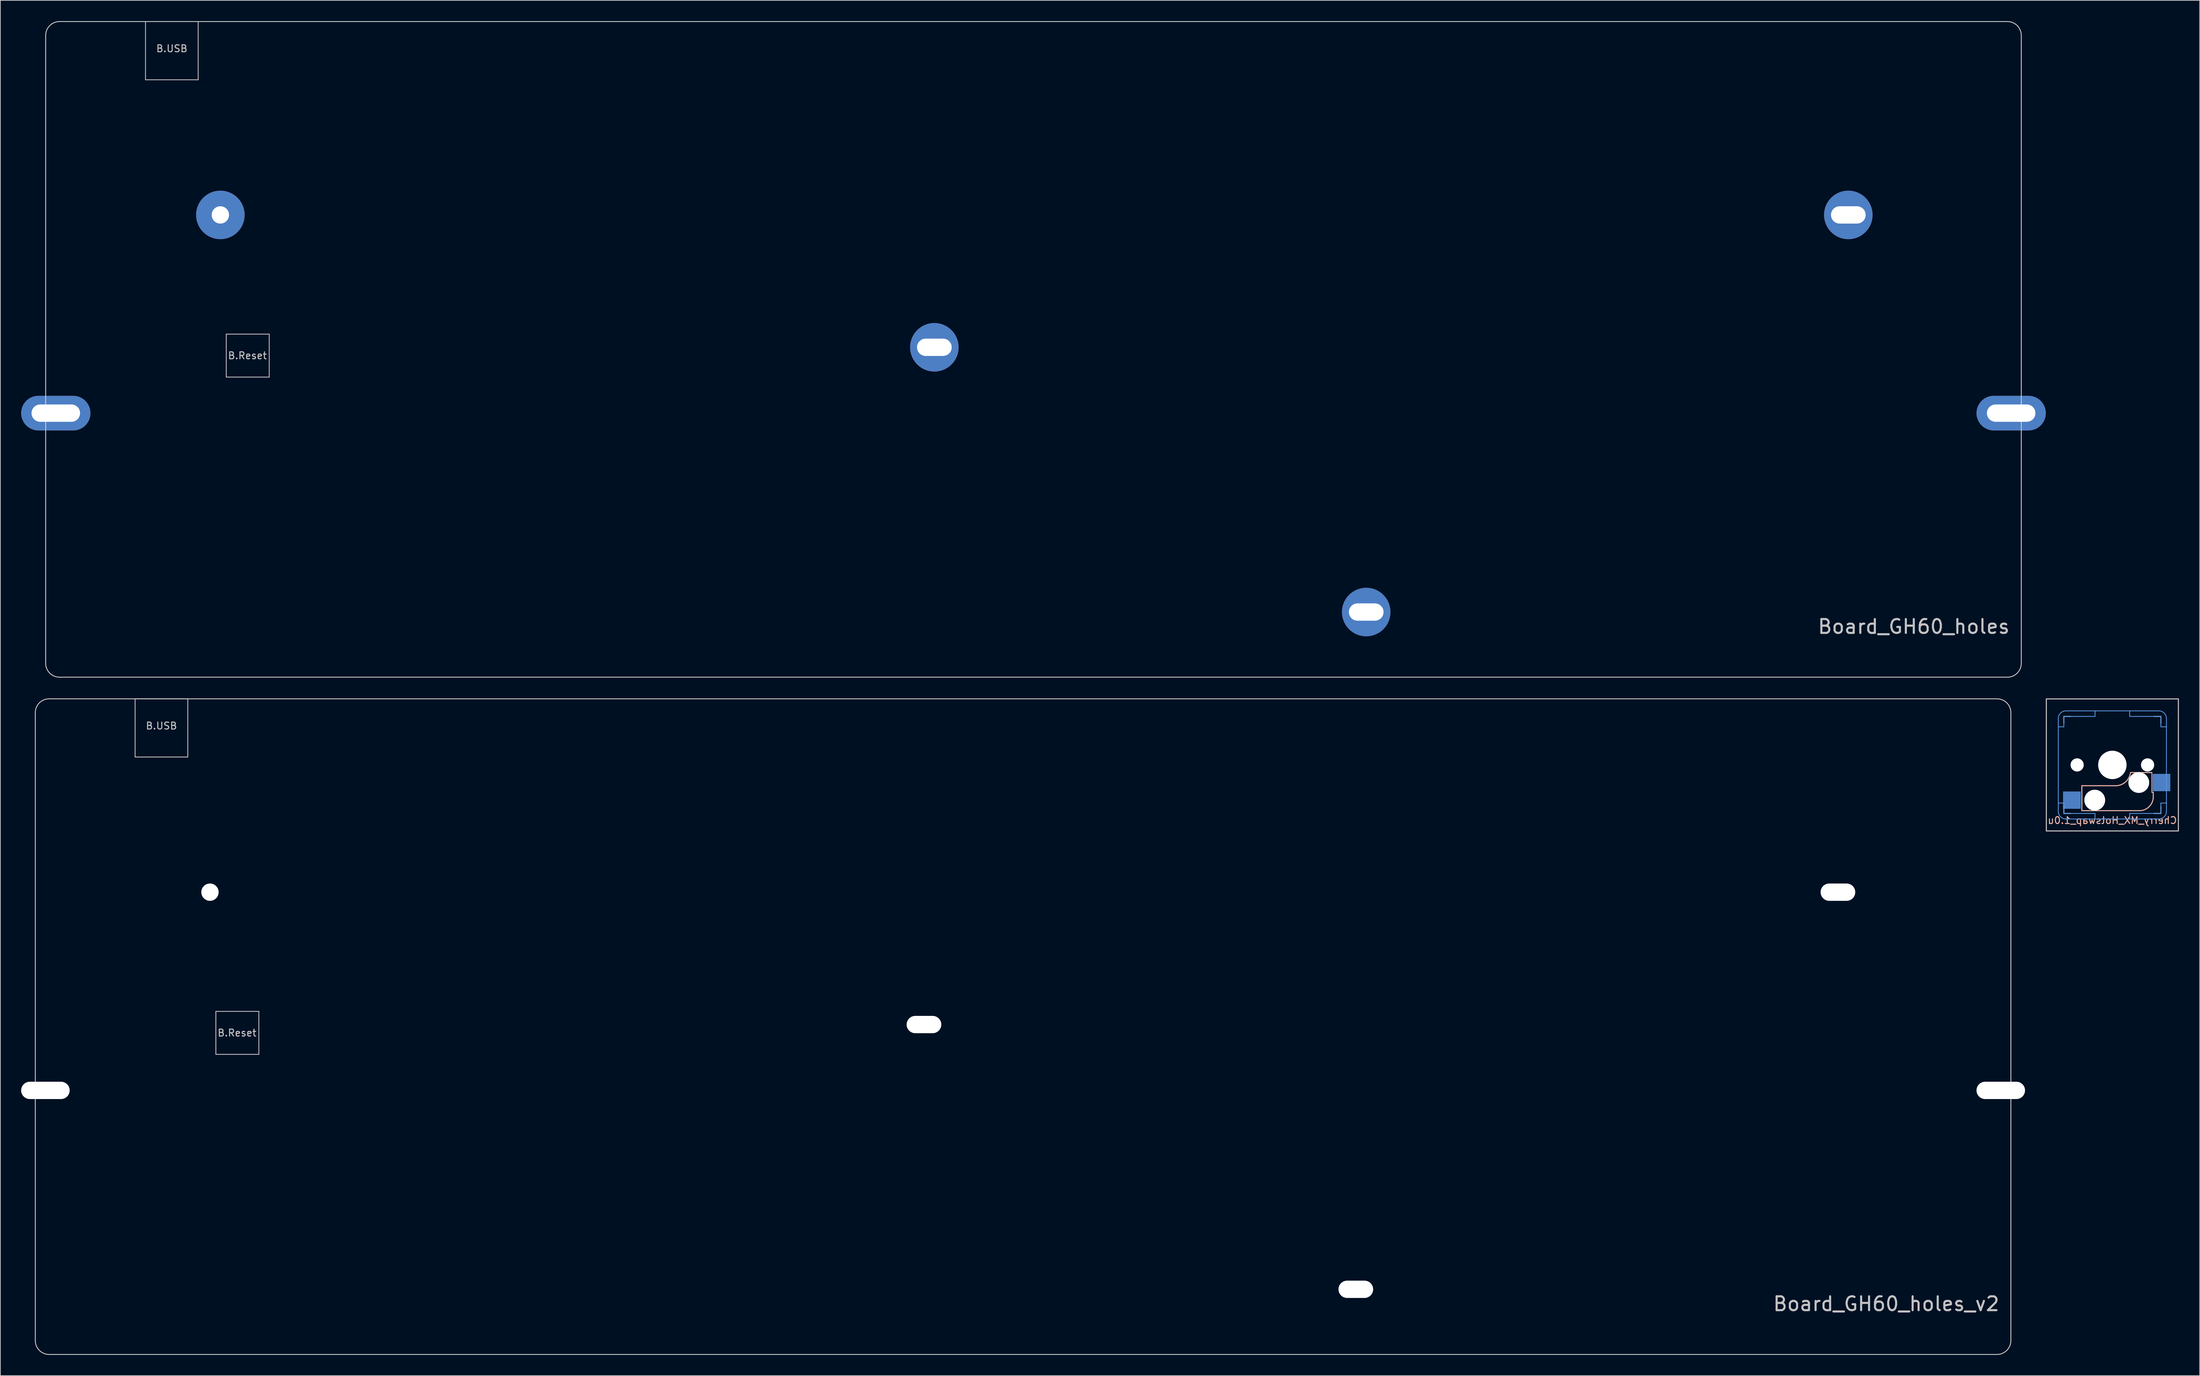
<source format=kicad_pcb>
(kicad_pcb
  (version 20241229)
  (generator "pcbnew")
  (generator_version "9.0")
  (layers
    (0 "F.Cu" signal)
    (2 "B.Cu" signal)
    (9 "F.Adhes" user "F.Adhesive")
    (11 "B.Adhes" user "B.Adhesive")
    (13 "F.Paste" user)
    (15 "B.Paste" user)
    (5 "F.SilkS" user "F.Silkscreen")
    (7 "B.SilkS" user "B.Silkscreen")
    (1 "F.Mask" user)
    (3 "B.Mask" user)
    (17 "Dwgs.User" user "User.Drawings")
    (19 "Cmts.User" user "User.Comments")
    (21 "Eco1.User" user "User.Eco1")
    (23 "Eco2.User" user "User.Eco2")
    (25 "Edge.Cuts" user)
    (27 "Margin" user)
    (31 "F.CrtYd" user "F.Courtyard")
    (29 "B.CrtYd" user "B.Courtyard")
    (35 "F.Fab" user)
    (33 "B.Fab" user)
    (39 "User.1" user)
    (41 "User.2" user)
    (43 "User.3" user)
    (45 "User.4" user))
  (footprint "Cherry_MX_Hotswap_1.0u"
    (layer "F.Cu")
    (at 301.68 107.32)
    (property "Reference" "Cherry_MX_Hotswap_1.0u" (at 0 8 180) (layer "B.SilkS") (effects (font (size 1 1) (thickness 0.15)) (justify mirror)))
    (attr through_hole)
    (fp_line (start -4.4 3) (end -4.4 6.6) (stroke (width 0.15) (type solid)) (layer "B.SilkS"))
    (fp_line (start -4.4 6.6) (end 3.8 6.6) (stroke (width 0.15) (type solid)) (layer "B.SilkS"))
    (fp_line (start 0.4 3) (end -4.4 3) (stroke (width 0.15) (type solid)) (layer "B.SilkS"))
    (fp_line (start 5.7 1.1) (end 2.62 1.1) (stroke (width 0.15) (type solid)) (layer "B.SilkS"))
    (fp_line (start 5.7 3.95) (end 5.7 1.1) (stroke (width 0.12) (type solid)) (layer "B.SilkS"))
    (fp_line (start 5.9 3.95) (end 5.7 3.95) (stroke (width 0.15) (type solid)) (layer "B.SilkS"))
    (fp_line (start 5.9 4.7) (end 5.9 3.95) (stroke (width 0.15) (type solid)) (layer "B.SilkS"))
    (fp_arc (start 2.616318 1.121471) (mid 1.868709 2.486118) (end 0.4 3) (stroke (width 0.15) (type solid)) (layer "B.SilkS"))
    (fp_arc (start 5.9 4.699999) (mid 5.243504 6.084924) (end 3.800001 6.6) (stroke (width 0.15) (type solid)) (layer "B.SilkS"))
    (fp_line (start -9.525 -9.525) (end 9.525 -9.525) (stroke (width 0.15) (type solid)) (layer "Dwgs.User"))
    (fp_line (start -9.525 9.525) (end -9.525 -9.525) (stroke (width 0.15) (type solid)) (layer "Dwgs.User"))
    (fp_line (start -7 -7) (end -7 -6) (stroke (width 0.15) (type solid)) (layer "Dwgs.User"))
    (fp_line (start -7 7) (end -7 6) (stroke (width 0.15) (type solid)) (layer "Dwgs.User"))
    (fp_line (start -7 7) (end -6 7) (stroke (width 0.15) (type solid)) (layer "Dwgs.User"))
    (fp_line (start -6 -7) (end -7 -7) (stroke (width 0.15) (type solid)) (layer "Dwgs.User"))
    (fp_line (start 7 -7) (end 6 -7) (stroke (width 0.15) (type solid)) (layer "Dwgs.User"))
    (fp_line (start 7 -6) (end 7 -7) (stroke (width 0.15) (type solid)) (layer "Dwgs.User"))
    (fp_line (start 7 6) (end 7 7) (stroke (width 0.15) (type solid)) (layer "Dwgs.User"))
    (fp_line (start 7 7) (end 6 7) (stroke (width 0.15) (type solid)) (layer "Dwgs.User"))
    (fp_line (start 9.525 -9.525) (end 9.525 9.525) (stroke (width 0.15) (type solid)) (layer "Dwgs.User"))
    (fp_line (start 9.525 9.525) (end -9.525 9.525) (stroke (width 0.15) (type solid)) (layer "Dwgs.User"))
    (fp_line (start -7.8 -6.7) (end -7.8 6.7) (stroke (width 0.12) (type solid)) (layer "Cmts.User"))
    (fp_line (start -7 -7) (end -2.5 -7) (stroke (width 0.12) (type solid)) (layer "Cmts.User"))
    (fp_line (start -7 -5.5) (end -7.8 -5.5) (stroke (width 0.12) (type solid)) (layer "Cmts.User"))
    (fp_line (start -7 -5.5) (end -7 -7) (stroke (width 0.12) (type solid)) (layer "Cmts.User"))
    (fp_line (start -7 5.5) (end -7.8 5.5) (stroke (width 0.12) (type solid)) (layer "Cmts.User"))
    (fp_line (start -7 5.5) (end -7 7) (stroke (width 0.12) (type solid)) (layer "Cmts.User"))
    (fp_line (start -7 7) (end -2.5 7) (stroke (width 0.12) (type solid)) (layer "Cmts.User"))
    (fp_line (start -6.7 7.8) (end 6.7 7.8) (stroke (width 0.12) (type solid)) (layer "Cmts.User"))
    (fp_line (start -2.5 -7) (end -2.5 -7.8) (stroke (width 0.12) (type solid)) (layer "Cmts.User"))
    (fp_line (start -2.5 7) (end -2.5 7.8) (stroke (width 0.12) (type solid)) (layer "Cmts.User"))
    (fp_line (start 2.5 -7) (end 2.5 -7.8) (stroke (width 0.12) (type solid)) (layer "Cmts.User"))
    (fp_line (start 2.5 7) (end 2.5 7.8) (stroke (width 0.12) (type solid)) (layer "Cmts.User"))
    (fp_line (start 6.7 -7.8) (end -6.7 -7.8) (stroke (width 0.12) (type solid)) (layer "Cmts.User"))
    (fp_line (start 7 -7) (end 2.5 -7) (stroke (width 0.12) (type solid)) (layer "Cmts.User"))
    (fp_line (start 7 -5.5) (end 7 -7) (stroke (width 0.12) (type solid)) (layer "Cmts.User"))
    (fp_line (start 7 -5.5) (end 7.8 -5.5) (stroke (width 0.12) (type solid)) (layer "Cmts.User"))
    (fp_line (start 7 5.5) (end 7 7) (stroke (width 0.12) (type solid)) (layer "Cmts.User"))
    (fp_line (start 7 5.5) (end 7.8 5.5) (stroke (width 0.12) (type solid)) (layer "Cmts.User"))
    (fp_line (start 7 7) (end 2.5 7) (stroke (width 0.12) (type solid)) (layer "Cmts.User"))
    (fp_line (start 7.8 6.7) (end 7.8 -6.7) (stroke (width 0.12) (type solid)) (layer "Cmts.User"))
    (fp_arc (start -7.8 -6.7) (mid -7.477817 -7.477817) (end -6.7 -7.8) (stroke (width 0.12) (type solid)) (layer "Cmts.User"))
    (fp_arc (start -6.7 7.8) (mid -7.477817 7.477817) (end -7.8 6.7) (stroke (width 0.12) (type solid)) (layer "Cmts.User"))
    (fp_arc (start 6.7 -7.8) (mid 7.477817 -7.477817) (end 7.8 -6.7) (stroke (width 0.12) (type solid)) (layer "Cmts.User"))
    (fp_arc (start 7.8 6.7) (mid 7.477817 7.477817) (end 6.7 7.8) (stroke (width 0.12) (type solid)) (layer "Cmts.User"))
    (pad "" np_thru_hole circle (at -5.08 0 180) (size 1.9 1.9) (drill 1.9) (layers "*.Cu" "*.Mask"))
    (pad "" np_thru_hole circle (at -2.54 5.08 180) (size 3 3) (drill 3) (layers "*.Cu" "*.Mask"))
    (pad "" np_thru_hole circle (at 0 0 270) (size 4.1 4.1) (drill 4.1) (layers "*.Cu" "*.Mask"))
    (pad "" np_thru_hole circle (at 3.81 2.54 180) (size 3 3) (drill 3) (layers "*.Cu" "*.Mask"))
    (pad "" np_thru_hole circle (at 5.08 0 180) (size 1.9 1.9) (drill 1.9) (layers "*.Cu" "*.Mask"))
    (pad "1" smd rect (at 7.085 2.54) (size 2.55 2.5) (layers "B.Cu" "B.Mask" "B.Paste"))
    (pad "2" smd rect (at -5.842 5.08) (size 2.55 2.5) (layers "B.Cu" "B.Mask" "B.Paste")))
  (footprint "Board_GH60_holes_v2"
    (layer "F.Cu")
    (at 144.54 145.08)
    (property "Reference" "Board_GH60_holes_v2" (at 141 40 0) (layer "Dwgs.User") (effects (font (size 2 2) (thickness 0.3)) (justify right)))
    (attr through_hole)
    (fp_line (start -128.1 -47.3) (end -128.1 -38.9) (stroke (width 0.12) (type solid)) (layer "Dwgs.User"))
    (fp_line (start -128.1 -38.9) (end -120.5 -38.9) (stroke (width 0.12) (type solid)) (layer "Dwgs.User"))
    (fp_line (start -120.5 -47.3) (end -128.1 -47.3) (stroke (width 0.12) (type solid)) (layer "Dwgs.User"))
    (fp_line (start -120.5 -38.9) (end -120.5 -47.3) (stroke (width 0.12) (type solid)) (layer "Dwgs.User"))
    (fp_line (start -116.45 -2.2) (end -116.45 4) (stroke (width 0.12) (type solid)) (layer "Dwgs.User"))
    (fp_line (start -116.45 4) (end -110.25 4) (stroke (width 0.12) (type solid)) (layer "Dwgs.User"))
    (fp_line (start -110.25 -2.2) (end -116.45 -2.2) (stroke (width 0.12) (type solid)) (layer "Dwgs.User"))
    (fp_line (start -110.25 4) (end -110.25 -2.2) (stroke (width 0.12) (type solid)) (layer "Dwgs.User"))
    (fp_line (start -142.5 -45.3) (end -142.5 45.3) (stroke (width 0.12) (type solid)) (layer "Edge.Cuts"))
    (fp_line (start -140.5 47.3) (end 140.5 47.3) (stroke (width 0.12) (type solid)) (layer "Edge.Cuts"))
    (fp_line (start 140.5 -47.3) (end -140.5 -47.3) (stroke (width 0.12) (type solid)) (layer "Edge.Cuts"))
    (fp_line (start 142.5 45.3) (end 142.5 -45.3) (stroke (width 0.12) (type solid)) (layer "Edge.Cuts"))
    (fp_arc (start -142.5 -45.3) (mid -141.914214 -46.714214) (end -140.5 -47.3) (stroke (width 0.12) (type solid)) (layer "Edge.Cuts"))
    (fp_arc (start -140.5 47.3) (mid -141.914214 46.714214) (end -142.5 45.3) (stroke (width 0.12) (type solid)) (layer "Edge.Cuts"))
    (fp_arc (start 140.5 -47.3) (mid 141.914214 -46.714214) (end 142.5 -45.3) (stroke (width 0.12) (type solid)) (layer "Edge.Cuts"))
    (fp_arc (start 142.5 45.3) (mid 141.914214 46.714214) (end 140.5 47.3) (stroke (width 0.12) (type solid)) (layer "Edge.Cuts"))
    (fp_text user "B.Reset" (at -113.4 0.9 0) (layer "Dwgs.User") (effects (font (size 1 1) (thickness 0.15))))
    (fp_text user "B.USB" (at -124.3 -43.4 0) (layer "Dwgs.User") (effects (font (size 1 1) (thickness 0.15))))
    (pad "" np_thru_hole oval (at -141.04 9.2) (size 7 2.5) (drill oval 7 2.5) (layers "*.Cu" "*.Mask"))
    (pad "" np_thru_hole circle (at -117.3 -19.4) (size 2.5 2.5) (drill 2.5) (layers "*.Cu" "*.Mask"))
    (pad "" np_thru_hole oval (at -14.3 -0.3) (size 5 2.5) (drill oval 5 2.5) (layers "*.Cu" "*.Mask"))
    (pad "" np_thru_hole oval (at 48 37.9) (size 5 2.5) (drill oval 5 2.5) (layers "*.Cu" "*.Mask"))
    (pad "" np_thru_hole oval (at 117.55 -19.4) (size 5 2.5) (drill oval 5 2.5) (layers "*.Cu" "*.Mask"))
    (pad "" np_thru_hole oval (at 141.04 9.2) (size 7 2.5) (drill oval 7 2.5) (layers "*.Cu" "*.Mask")))
  (footprint "Board_GH60_holes"
    (layer "F.Cu")
    (at 146.04 47.36)
    (property "Reference" "Board_GH60_holes" (at 141 40 0) (layer "Dwgs.User") (effects (font (size 2 2) (thickness 0.3)) (justify right)))
    (attr through_hole)
    (fp_line (start -128.1 -47.3) (end -128.1 -38.9) (stroke (width 0.12) (type solid)) (layer "Dwgs.User"))
    (fp_line (start -128.1 -38.9) (end -120.5 -38.9) (stroke (width 0.12) (type solid)) (layer "Dwgs.User"))
    (fp_line (start -120.5 -47.3) (end -128.1 -47.3) (stroke (width 0.12) (type solid)) (layer "Dwgs.User"))
    (fp_line (start -120.5 -38.9) (end -120.5 -47.3) (stroke (width 0.12) (type solid)) (layer "Dwgs.User"))
    (fp_line (start -116.45 -2.2) (end -116.45 4) (stroke (width 0.12) (type solid)) (layer "Dwgs.User"))
    (fp_line (start -116.45 4) (end -110.25 4) (stroke (width 0.12) (type solid)) (layer "Dwgs.User"))
    (fp_line (start -110.25 -2.2) (end -116.45 -2.2) (stroke (width 0.12) (type solid)) (layer "Dwgs.User"))
    (fp_line (start -110.25 4) (end -110.25 -2.2) (stroke (width 0.12) (type solid)) (layer "Dwgs.User"))
    (fp_line (start -142.5 -45.3) (end -142.5 45.3) (stroke (width 0.12) (type solid)) (layer "Edge.Cuts"))
    (fp_line (start -140.5 47.3) (end 140.5 47.3) (stroke (width 0.12) (type solid)) (layer "Edge.Cuts"))
    (fp_line (start 140.5 -47.3) (end -140.5 -47.3) (stroke (width 0.12) (type solid)) (layer "Edge.Cuts"))
    (fp_line (start 142.5 45.3) (end 142.5 -45.3) (stroke (width 0.12) (type solid)) (layer "Edge.Cuts"))
    (fp_arc (start -142.5 -45.3) (mid -141.914214 -46.714214) (end -140.5 -47.3) (stroke (width 0.12) (type solid)) (layer "Edge.Cuts"))
    (fp_arc (start -140.5 47.3) (mid -141.914214 46.714214) (end -142.5 45.3) (stroke (width 0.12) (type solid)) (layer "Edge.Cuts"))
    (fp_arc (start 140.5 -47.3) (mid 141.914214 -46.714214) (end 142.5 -45.3) (stroke (width 0.12) (type solid)) (layer "Edge.Cuts"))
    (fp_arc (start 142.5 45.3) (mid 141.914214 46.714214) (end 140.5 47.3) (stroke (width 0.12) (type solid)) (layer "Edge.Cuts"))
    (fp_text user "B.USB" (at -124.3 -43.4 0) (layer "Dwgs.User") (effects (font (size 1 1) (thickness 0.15))))
    (fp_text user "B.Reset" (at -113.4 0.9 0) (layer "Dwgs.User") (effects (font (size 1 1) (thickness 0.15))))
    (pad "" thru_hole oval (at -141.04 9.2) (size 10 5) (drill oval 7 2.5) (layers "*.Cu" "*.Mask"))
    (pad "" thru_hole circle (at -117.3 -19.4) (size 7 7) (drill 2.5) (layers "*.Cu" "*.Mask"))
    (pad "" thru_hole circle (at -14.3 -0.3) (size 7 7) (drill oval 5 2.5) (layers "*.Cu" "*.Mask"))
    (pad "" thru_hole circle (at 48 37.9) (size 7 7) (drill oval 5 2.5) (layers "*.Cu" "*.Mask"))
    (pad "" thru_hole circle (at 117.55 -19.4) (size 7 7) (drill oval 5 2.5) (layers "*.Cu" "*.Mask"))
    (pad "" thru_hole oval (at 141.04 9.2) (size 10 5) (drill oval 7 2.5) (layers "*.Cu" "*.Mask")))
  (gr_rect
    (start -3 -3)
    (end 314.28 195.44)
    (stroke (width 0.1) (type default))
    (fill no)
    (layer "Edge.Cuts")))
</source>
